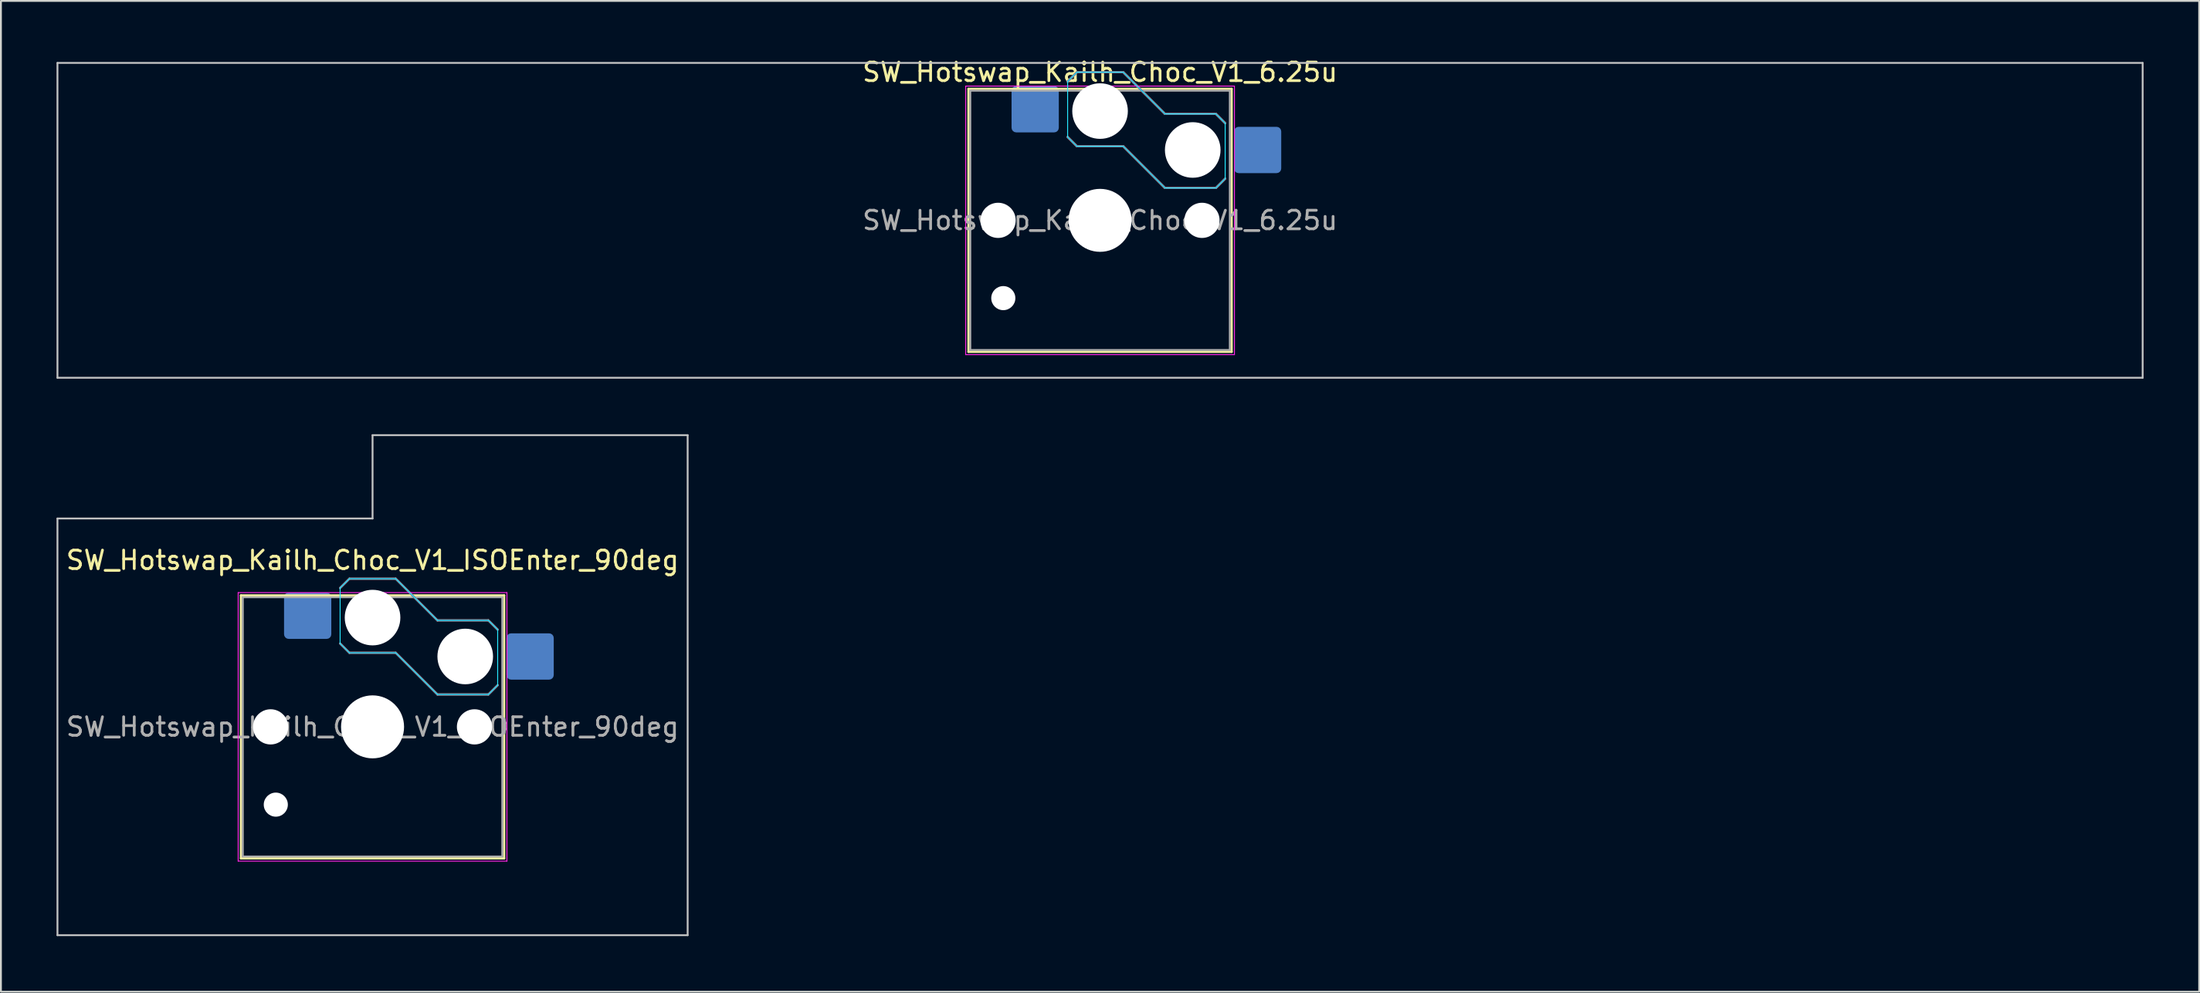
<source format=kicad_pcb>
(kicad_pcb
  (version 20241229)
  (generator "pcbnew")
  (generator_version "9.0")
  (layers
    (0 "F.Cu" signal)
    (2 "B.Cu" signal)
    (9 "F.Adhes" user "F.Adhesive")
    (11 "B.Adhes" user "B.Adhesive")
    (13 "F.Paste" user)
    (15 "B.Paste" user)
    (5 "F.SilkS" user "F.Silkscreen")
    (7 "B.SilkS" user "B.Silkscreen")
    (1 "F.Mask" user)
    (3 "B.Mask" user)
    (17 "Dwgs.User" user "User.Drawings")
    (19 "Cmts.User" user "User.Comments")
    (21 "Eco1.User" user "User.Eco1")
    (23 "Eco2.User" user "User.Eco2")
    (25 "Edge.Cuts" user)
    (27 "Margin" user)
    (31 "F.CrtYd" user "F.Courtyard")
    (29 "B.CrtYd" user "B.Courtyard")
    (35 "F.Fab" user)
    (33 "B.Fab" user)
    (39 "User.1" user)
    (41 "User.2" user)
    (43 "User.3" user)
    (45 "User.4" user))
  (footprint "SW_Hotswap_Kailh_Choc_V1_6.25u"
    (layer "F.Cu")
    (at 56.3 8.848)
    (property "Reference" "SW_Hotswap_Kailh_Choc_V1_6.25u" (at 0 -8 0) (layer "F.SilkS") (effects (font (size 1 1) (thickness 0.15))))
    (attr smd)
    (fp_line (start -7.1 -7.1) (end -7.1 7.1) (stroke (width 0.12) (type solid)) (layer "F.SilkS"))
    (fp_line (start -7.1 7.1) (end 7.1 7.1) (stroke (width 0.12) (type solid)) (layer "F.SilkS"))
    (fp_line (start 7.1 -7.1) (end -7.1 -7.1) (stroke (width 0.12) (type solid)) (layer "F.SilkS"))
    (fp_line (start 7.1 7.1) (end 7.1 -7.1) (stroke (width 0.12) (type solid)) (layer "F.SilkS"))
    (fp_line (start -1.75 -7.5) (end -1.25 -8) (stroke (width 0.12) (type solid)) (layer "B.SilkS"))
    (fp_line (start -1.25 -8) (end 1.25 -8) (stroke (width 0.12) (type solid)) (layer "B.SilkS"))
    (fp_line (start -1.25 -4) (end -1.75 -4.5) (stroke (width 0.12) (type solid)) (layer "B.SilkS"))
    (fp_line (start 1.25 -8) (end 3.5 -5.75) (stroke (width 0.12) (type solid)) (layer "B.SilkS"))
    (fp_line (start 1.25 -4) (end -1.25 -4) (stroke (width 0.12) (type solid)) (layer "B.SilkS"))
    (fp_line (start 3.5 -5.75) (end 6.25 -5.75) (stroke (width 0.12) (type solid)) (layer "B.SilkS"))
    (fp_line (start 3.5 -1.75) (end 1.25 -4) (stroke (width 0.12) (type solid)) (layer "B.SilkS"))
    (fp_line (start 6.25 -5.75) (end 6.75 -5.25) (stroke (width 0.12) (type solid)) (layer "B.SilkS"))
    (fp_line (start 6.25 -1.75) (end 3.5 -1.75) (stroke (width 0.12) (type solid)) (layer "B.SilkS"))
    (fp_line (start 6.75 -2.25) (end 6.25 -1.75) (stroke (width 0.12) (type solid)) (layer "B.SilkS"))
    (fp_line (start -56.25 -8.5) (end -56.25 8.5) (stroke (width 0.1) (type solid)) (layer "Dwgs.User"))
    (fp_line (start -56.25 8.5) (end 56.25 8.5) (stroke (width 0.1) (type solid)) (layer "Dwgs.User"))
    (fp_line (start 56.25 -8.5) (end -56.25 -8.5) (stroke (width 0.1) (type solid)) (layer "Dwgs.User"))
    (fp_line (start 56.25 8.5) (end 56.25 -8.5) (stroke (width 0.1) (type solid)) (layer "Dwgs.User"))
    (fp_line (start -1.75 -7.5) (end -1.25 -8) (stroke (width 0.05) (type solid)) (layer "B.CrtYd"))
    (fp_line (start -1.75 -4.5) (end -1.75 -7.5) (stroke (width 0.05) (type solid)) (layer "B.CrtYd"))
    (fp_line (start -1.25 -8) (end 1.25 -8) (stroke (width 0.05) (type solid)) (layer "B.CrtYd"))
    (fp_line (start -1.25 -4) (end -1.75 -4.5) (stroke (width 0.05) (type solid)) (layer "B.CrtYd"))
    (fp_line (start 1.25 -8) (end 3.5 -5.75) (stroke (width 0.05) (type solid)) (layer "B.CrtYd"))
    (fp_line (start 1.25 -4) (end -1.25 -4) (stroke (width 0.05) (type solid)) (layer "B.CrtYd"))
    (fp_line (start 3.5 -5.75) (end 6.25 -5.75) (stroke (width 0.05) (type solid)) (layer "B.CrtYd"))
    (fp_line (start 3.5 -1.75) (end 1.25 -4) (stroke (width 0.05) (type solid)) (layer "B.CrtYd"))
    (fp_line (start 6.25 -5.75) (end 6.75 -5.25) (stroke (width 0.05) (type solid)) (layer "B.CrtYd"))
    (fp_line (start 6.25 -1.75) (end 3.5 -1.75) (stroke (width 0.05) (type solid)) (layer "B.CrtYd"))
    (fp_line (start 6.75 -5.25) (end 6.75 -2.25) (stroke (width 0.05) (type solid)) (layer "B.CrtYd"))
    (fp_line (start 6.75 -2.25) (end 6.25 -1.75) (stroke (width 0.05) (type solid)) (layer "B.CrtYd"))
    (fp_line (start -7.25 -7.25) (end -7.25 7.25) (stroke (width 0.05) (type solid)) (layer "F.CrtYd"))
    (fp_line (start -7.25 7.25) (end 7.25 7.25) (stroke (width 0.05) (type solid)) (layer "F.CrtYd"))
    (fp_line (start 7.25 -7.25) (end -7.25 -7.25) (stroke (width 0.05) (type solid)) (layer "F.CrtYd"))
    (fp_line (start 7.25 7.25) (end 7.25 -7.25) (stroke (width 0.05) (type solid)) (layer "F.CrtYd"))
    (fp_line (start -1.75 -7.5) (end -1.25 -8) (stroke (width 0.1) (type solid)) (layer "B.Fab"))
    (fp_line (start -1.25 -8) (end 1.25 -8) (stroke (width 0.1) (type solid)) (layer "B.Fab"))
    (fp_line (start -1.25 -4) (end -1.75 -4.5) (stroke (width 0.1) (type solid)) (layer "B.Fab"))
    (fp_line (start 1.25 -8) (end 3.5 -5.75) (stroke (width 0.1) (type solid)) (layer "B.Fab"))
    (fp_line (start 1.25 -4) (end -1.25 -4) (stroke (width 0.1) (type solid)) (layer "B.Fab"))
    (fp_line (start 3.5 -5.75) (end 6.25 -5.75) (stroke (width 0.1) (type solid)) (layer "B.Fab"))
    (fp_line (start 3.5 -1.75) (end 1.25 -4) (stroke (width 0.1) (type solid)) (layer "B.Fab"))
    (fp_line (start 6.25 -5.75) (end 6.75 -5.25) (stroke (width 0.1) (type solid)) (layer "B.Fab"))
    (fp_line (start 6.25 -1.75) (end 3.5 -1.75) (stroke (width 0.1) (type solid)) (layer "B.Fab"))
    (fp_line (start 6.75 -2.25) (end 6.25 -1.75) (stroke (width 0.1) (type solid)) (layer "B.Fab"))
    (fp_line (start -7 -7) (end -7 7) (stroke (width 0.1) (type solid)) (layer "F.Fab"))
    (fp_line (start -7 7) (end 7 7) (stroke (width 0.1) (type solid)) (layer "F.Fab"))
    (fp_line (start 7 -7) (end -7 -7) (stroke (width 0.1) (type solid)) (layer "F.Fab"))
    (fp_line (start 7 7) (end 7 -7) (stroke (width 0.1) (type solid)) (layer "F.Fab"))
    (fp_text user "${REFERENCE}" (at 0 0 0) (layer "F.Fab") (effects (font (size 1 1) (thickness 0.15))))
    (pad "" np_thru_hole circle (at -5.5 0) (size 1.9 1.9) (drill 1.9) (layers "*.Cu" "*.Mask"))
    (pad "" np_thru_hole circle (at -5.22 4.2) (size 1.3 1.3) (drill 1.3) (layers "*.Cu" "*.Mask"))
    (pad "" np_thru_hole circle (at 0 -5.9) (size 3 3) (drill 3) (layers "*.Cu" "*.Mask"))
    (pad "" np_thru_hole circle (at 0 0) (size 3.4 3.4) (drill 3.4) (layers "*.Cu" "*.Mask"))
    (pad "" np_thru_hole circle (at 5 -3.8) (size 3 3) (drill 3) (layers "*.Cu" "*.Mask"))
    (pad "" np_thru_hole circle (at 5.5 0) (size 1.9 1.9) (drill 1.9) (layers "*.Cu" "*.Mask"))
    (pad "1" smd roundrect (at -3.5 -6) (size 2.55 2.5) (layers "B.Cu" "B.Mask" "B.Paste") (roundrect_rratio 0.1))
    (pad "2" smd roundrect (at 8.5 -3.8) (size 2.55 2.5) (layers "B.Cu" "B.Mask" "B.Paste") (roundrect_rratio 0.1)))
  (footprint "SW_Hotswap_Kailh_Choc_V1_ISOEnter_90deg"
    (layer "F.Cu")
    (at 17.05 36.198)
    (property "Reference" "SW_Hotswap_Kailh_Choc_V1_ISOEnter_90deg" (at 0 -9 0) (layer "F.SilkS") (effects (font (size 1 1) (thickness 0.15))))
    (attr smd)
    (fp_line (start -7.1 -7.1) (end -7.1 7.1) (stroke (width 0.12) (type solid)) (layer "F.SilkS"))
    (fp_line (start -7.1 7.1) (end 7.1 7.1) (stroke (width 0.12) (type solid)) (layer "F.SilkS"))
    (fp_line (start 7.1 -7.1) (end -7.1 -7.1) (stroke (width 0.12) (type solid)) (layer "F.SilkS"))
    (fp_line (start 7.1 7.1) (end 7.1 -7.1) (stroke (width 0.12) (type solid)) (layer "F.SilkS"))
    (fp_line (start -1.75 -7.5) (end -1.25 -8) (stroke (width 0.12) (type solid)) (layer "B.SilkS"))
    (fp_line (start -1.25 -8) (end 1.25 -8) (stroke (width 0.12) (type solid)) (layer "B.SilkS"))
    (fp_line (start -1.25 -4) (end -1.75 -4.5) (stroke (width 0.12) (type solid)) (layer "B.SilkS"))
    (fp_line (start 1.25 -8) (end 3.5 -5.75) (stroke (width 0.12) (type solid)) (layer "B.SilkS"))
    (fp_line (start 1.25 -4) (end -1.25 -4) (stroke (width 0.12) (type solid)) (layer "B.SilkS"))
    (fp_line (start 3.5 -5.75) (end 6.25 -5.75) (stroke (width 0.12) (type solid)) (layer "B.SilkS"))
    (fp_line (start 3.5 -1.75) (end 1.25 -4) (stroke (width 0.12) (type solid)) (layer "B.SilkS"))
    (fp_line (start 6.25 -5.75) (end 6.75 -5.25) (stroke (width 0.12) (type solid)) (layer "B.SilkS"))
    (fp_line (start 6.25 -1.75) (end 3.5 -1.75) (stroke (width 0.12) (type solid)) (layer "B.SilkS"))
    (fp_line (start 6.75 -2.25) (end 6.25 -1.75) (stroke (width 0.12) (type solid)) (layer "B.SilkS"))
    (fp_line (start -17 -11.25) (end -17 11.25) (stroke (width 0.1) (type solid)) (layer "Dwgs.User"))
    (fp_line (start -17 11.25) (end 17 11.25) (stroke (width 0.1) (type solid)) (layer "Dwgs.User"))
    (fp_line (start 0 -15.75) (end 0 -11.25) (stroke (width 0.1) (type solid)) (layer "Dwgs.User"))
    (fp_line (start 0 -11.25) (end -17 -11.25) (stroke (width 0.1) (type solid)) (layer "Dwgs.User"))
    (fp_line (start 17 -15.75) (end 0 -15.75) (stroke (width 0.1) (type solid)) (layer "Dwgs.User"))
    (fp_line (start 17 11.25) (end 17 -15.75) (stroke (width 0.1) (type solid)) (layer "Dwgs.User"))
    (fp_line (start -1.75 -7.5) (end -1.25 -8) (stroke (width 0.05) (type solid)) (layer "B.CrtYd"))
    (fp_line (start -1.75 -4.5) (end -1.75 -7.5) (stroke (width 0.05) (type solid)) (layer "B.CrtYd"))
    (fp_line (start -1.25 -8) (end 1.25 -8) (stroke (width 0.05) (type solid)) (layer "B.CrtYd"))
    (fp_line (start -1.25 -4) (end -1.75 -4.5) (stroke (width 0.05) (type solid)) (layer "B.CrtYd"))
    (fp_line (start 1.25 -8) (end 3.5 -5.75) (stroke (width 0.05) (type solid)) (layer "B.CrtYd"))
    (fp_line (start 1.25 -4) (end -1.25 -4) (stroke (width 0.05) (type solid)) (layer "B.CrtYd"))
    (fp_line (start 3.5 -5.75) (end 6.25 -5.75) (stroke (width 0.05) (type solid)) (layer "B.CrtYd"))
    (fp_line (start 3.5 -1.75) (end 1.25 -4) (stroke (width 0.05) (type solid)) (layer "B.CrtYd"))
    (fp_line (start 6.25 -5.75) (end 6.75 -5.25) (stroke (width 0.05) (type solid)) (layer "B.CrtYd"))
    (fp_line (start 6.25 -1.75) (end 3.5 -1.75) (stroke (width 0.05) (type solid)) (layer "B.CrtYd"))
    (fp_line (start 6.75 -5.25) (end 6.75 -2.25) (stroke (width 0.05) (type solid)) (layer "B.CrtYd"))
    (fp_line (start 6.75 -2.25) (end 6.25 -1.75) (stroke (width 0.05) (type solid)) (layer "B.CrtYd"))
    (fp_line (start -7.25 -7.25) (end -7.25 7.25) (stroke (width 0.05) (type solid)) (layer "F.CrtYd"))
    (fp_line (start -7.25 7.25) (end 7.25 7.25) (stroke (width 0.05) (type solid)) (layer "F.CrtYd"))
    (fp_line (start 7.25 -7.25) (end -7.25 -7.25) (stroke (width 0.05) (type solid)) (layer "F.CrtYd"))
    (fp_line (start 7.25 7.25) (end 7.25 -7.25) (stroke (width 0.05) (type solid)) (layer "F.CrtYd"))
    (fp_line (start -1.75 -7.5) (end -1.25 -8) (stroke (width 0.1) (type solid)) (layer "B.Fab"))
    (fp_line (start -1.25 -8) (end 1.25 -8) (stroke (width 0.1) (type solid)) (layer "B.Fab"))
    (fp_line (start -1.25 -4) (end -1.75 -4.5) (stroke (width 0.1) (type solid)) (layer "B.Fab"))
    (fp_line (start 1.25 -8) (end 3.5 -5.75) (stroke (width 0.1) (type solid)) (layer "B.Fab"))
    (fp_line (start 1.25 -4) (end -1.25 -4) (stroke (width 0.1) (type solid)) (layer "B.Fab"))
    (fp_line (start 3.5 -5.75) (end 6.25 -5.75) (stroke (width 0.1) (type solid)) (layer "B.Fab"))
    (fp_line (start 3.5 -1.75) (end 1.25 -4) (stroke (width 0.1) (type solid)) (layer "B.Fab"))
    (fp_line (start 6.25 -5.75) (end 6.75 -5.25) (stroke (width 0.1) (type solid)) (layer "B.Fab"))
    (fp_line (start 6.25 -1.75) (end 3.5 -1.75) (stroke (width 0.1) (type solid)) (layer "B.Fab"))
    (fp_line (start 6.75 -2.25) (end 6.25 -1.75) (stroke (width 0.1) (type solid)) (layer "B.Fab"))
    (fp_line (start -7 -7) (end -7 7) (stroke (width 0.1) (type solid)) (layer "F.Fab"))
    (fp_line (start -7 7) (end 7 7) (stroke (width 0.1) (type solid)) (layer "F.Fab"))
    (fp_line (start 7 -7) (end -7 -7) (stroke (width 0.1) (type solid)) (layer "F.Fab"))
    (fp_line (start 7 7) (end 7 -7) (stroke (width 0.1) (type solid)) (layer "F.Fab"))
    (fp_text user "${REFERENCE}" (at 0 0 0) (layer "F.Fab") (effects (font (size 1 1) (thickness 0.15))))
    (pad "" np_thru_hole circle (at -5.5 0) (size 1.9 1.9) (drill 1.9) (layers "*.Cu" "*.Mask"))
    (pad "" np_thru_hole circle (at -5.22 4.2) (size 1.3 1.3) (drill 1.3) (layers "*.Cu" "*.Mask"))
    (pad "" np_thru_hole circle (at 0 -5.9) (size 3 3) (drill 3) (layers "*.Cu" "*.Mask"))
    (pad "" np_thru_hole circle (at 0 0) (size 3.4 3.4) (drill 3.4) (layers "*.Cu" "*.Mask"))
    (pad "" np_thru_hole circle (at 5 -3.8) (size 3 3) (drill 3) (layers "*.Cu" "*.Mask"))
    (pad "" np_thru_hole circle (at 5.5 0) (size 1.9 1.9) (drill 1.9) (layers "*.Cu" "*.Mask"))
    (pad "1" smd roundrect (at -3.5 -6) (size 2.55 2.5) (layers "B.Cu" "B.Mask" "B.Paste") (roundrect_rratio 0.1))
    (pad "2" smd roundrect (at 8.5 -3.8) (size 2.55 2.5) (layers "B.Cu" "B.Mask" "B.Paste") (roundrect_rratio 0.1)))
  (gr_rect
    (start -3 -3)
    (end 115.6 50.498)
    (stroke (width 0.1) (type default))
    (fill no)
    (layer "Edge.Cuts")))
</source>
